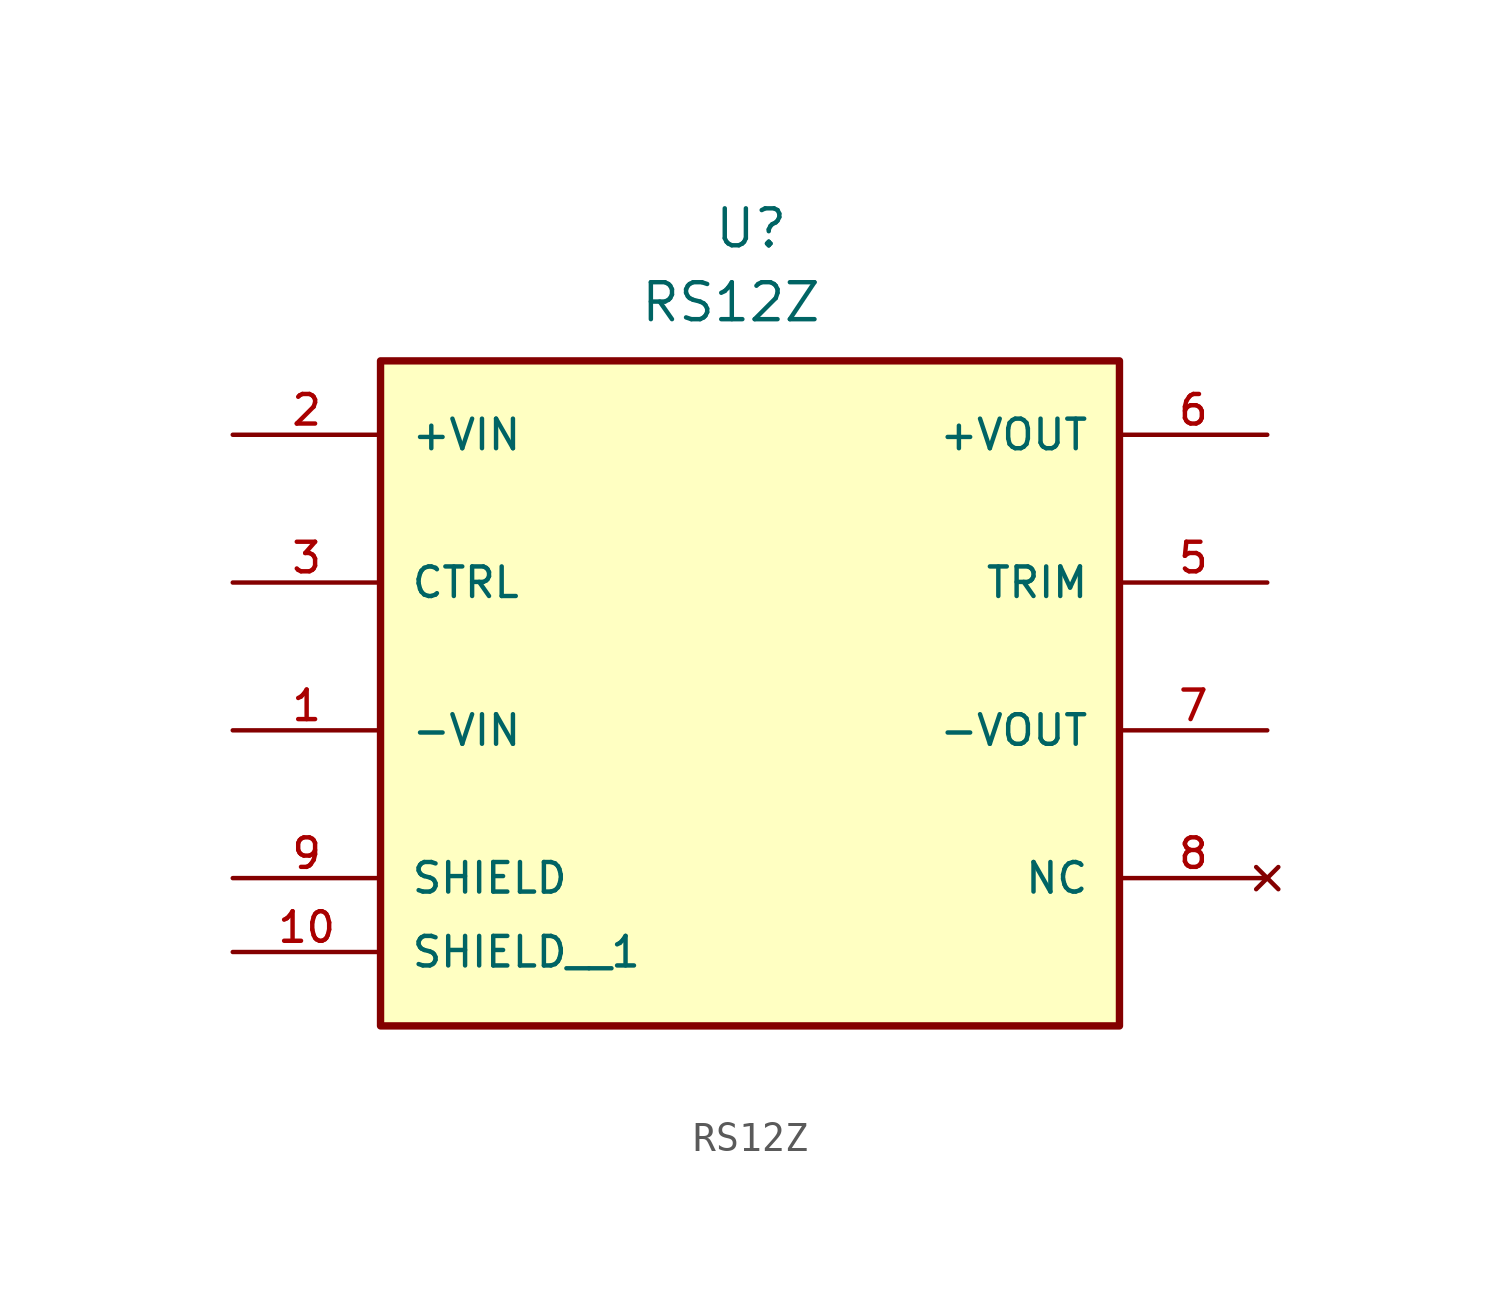
<source format=kicad_sym>
(kicad_symbol_lib
  (version 20220914)
  (generator kicad_symbol_editor)
  (symbol "RS12Z"
    (pin_names
      (offset 1.016))
    (property "Reference" "U"
      (at -1.27 13.97 0)
      (effects (font (size 1.27 1.27)) (justify left bottom)))
    (property "Value" "RS12Z"
      (at -3.81 11.43 0)
      (effects (font (size 1.27 1.27)) (justify left bottom)))
    (symbol "RS12Z_0_0"
      (rectangle (start -12.7 10.16) (end 12.7 -12.7) (stroke (width 0.254) (type default)) (fill (type background)))
      (pin power_in line (at -17.78 -2.54 0) (length 5.08) (name "-VIN" (effects (font (size 1.016 1.016)))) (number "1" (effects (font (size 1.016 1.016)))))
      (pin passive line (at -17.78 -10.16 0) (length 5.08) (name "SHIELD__1" (effects (font (size 1.016 1.016)))) (number "10" (effects (font (size 1.016 1.016)))))
      (pin power_in line (at -17.78 7.62 0) (length 5.08) (name "+VIN" (effects (font (size 1.016 1.016)))) (number "2" (effects (font (size 1.016 1.016)))))
      (pin input line (at -17.78 2.54 0) (length 5.08) (name "CTRL" (effects (font (size 1.016 1.016)))) (number "3" (effects (font (size 1.016 1.016)))))
      (pin passive line (at 17.78 2.54 180) (length 5.08) (name "TRIM" (effects (font (size 1.016 1.016)))) (number "5" (effects (font (size 1.016 1.016)))))
      (pin power_out line (at 17.78 7.62 180) (length 5.08) (name "+VOUT" (effects (font (size 1.016 1.016)))) (number "6" (effects (font (size 1.016 1.016)))))
      (pin power_out line (at 17.78 -2.54 180) (length 5.08) (name "-VOUT" (effects (font (size 1.016 1.016)))) (number "7" (effects (font (size 1.016 1.016)))))
      (pin no_connect line (at 17.78 -7.62 180) (length 5.08) (name "NC" (effects (font (size 1.016 1.016)))) (number "8" (effects (font (size 1.016 1.016)))))
      (pin passive line (at -17.78 -7.62 0) (length 5.08) (name "SHIELD" (effects (font (size 1.016 1.016)))) (number "9" (effects (font (size 1.016 1.016))))))))
</source>
